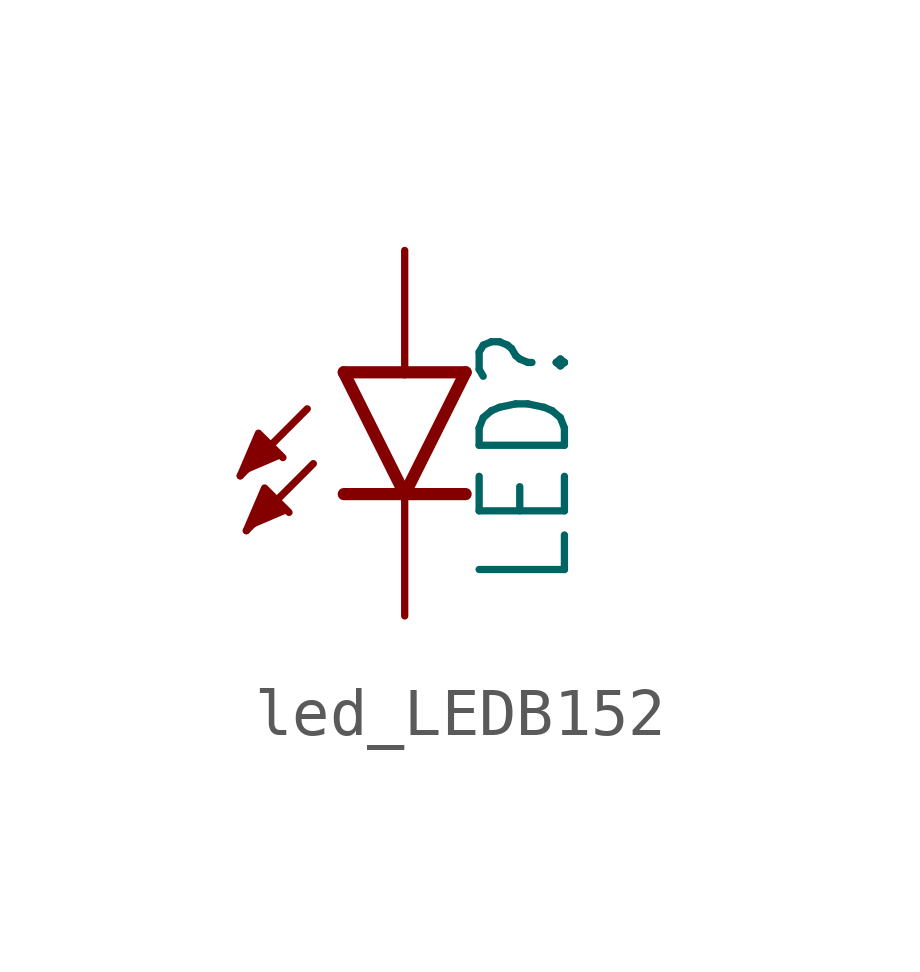
<source format=kicad_sym>
(kicad_symbol_lib
  (version 20241209)
  (generator "kicad_symbol_editor")
  (generator_version "9.0")
  (symbol "led_LEDB152"
    (property "Reference" "LED"
      (at 3.556 -4.572 90)
      (effects (font (size 1.778 1.511)) (justify left bottom)))
    (property "Value" ""
      (at 5.715 -4.572 90)
      (effects (font (size 1.778 1.511)) (justify left bottom)))
    (property "ki_locked" ""
      (at 0 0 0)
      (effects (font (size 1.27 1.27))))
    (symbol "led_LEDB152_1_0"
      (polyline (pts (xy -3.429 -2.159) (xy -3.048 -1.27) (xy -2.54 -1.778)) (stroke (width 0.152) (type solid)) (fill (type outline)))
      (polyline (pts (xy -3.302 -3.302) (xy -2.921 -2.413) (xy -2.413 -2.921)) (stroke (width 0.152) (type solid)) (fill (type outline)))
      (polyline (pts (xy -2.032 -0.762) (xy -3.429 -2.159)) (stroke (width 0.152) (type solid)) (fill (type none)))
      (polyline (pts (xy -1.905 -1.905) (xy -3.302 -3.302)) (stroke (width 0.152) (type solid)) (fill (type none)))
      (polyline (pts (xy 0 0) (xy -1.27 0)) (stroke (width 0.254) (type solid)) (fill (type none)))
      (polyline (pts (xy 0 -2.54) (xy -1.27 0)) (stroke (width 0.254) (type solid)) (fill (type none)))
      (polyline (pts (xy 0 -2.54) (xy -1.27 -2.54)) (stroke (width 0.254) (type solid)) (fill (type none)))
      (polyline (pts (xy 1.27 0) (xy 0 0)) (stroke (width 0.254) (type solid)) (fill (type none)))
      (polyline (pts (xy 1.27 0) (xy 0 -2.54)) (stroke (width 0.254) (type solid)) (fill (type none)))
      (polyline (pts (xy 1.27 -2.54) (xy 0 -2.54)) (stroke (width 0.254) (type solid)) (fill (type none)))
      (pin passive line (at 0 2.54 270) (length 2.54) (name "A" (effects (font (size 0 0)))) (number "A" (effects (font (size 0 0)))))
      (pin passive line (at 0 -5.08 90) (length 2.54) (name "C" (effects (font (size 0 0)))) (number "K" (effects (font (size 0 0))))))))
</source>
